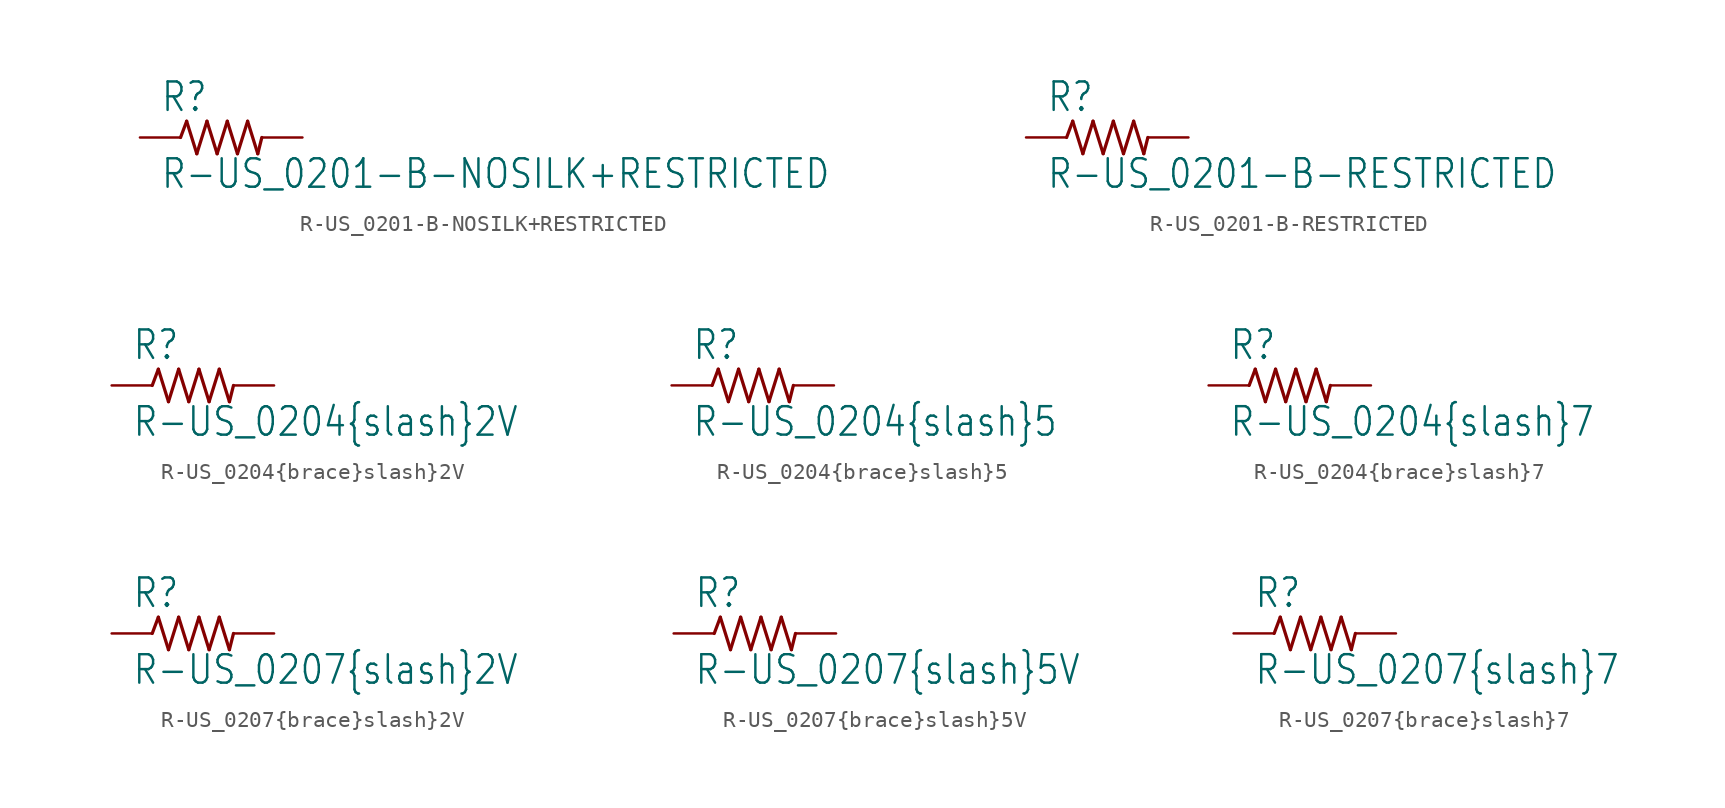
<source format=kicad_sym>
(kicad_symbol_lib
  (version 20210619)
  (generator kicad_symbol_editor)
  (symbol "R-US_0201-B-NOSILK+RESTRICTED"
    (property "Reference" "R"
      (at -3.81 1.499 0)
      (effects (font (size 1.778 1.511)) (justify left bottom)))
    (property "Value" "R-US_0201-B-NOSILK+RESTRICTED"
      (at -3.81 -3.302 0)
      (effects (font (size 1.778 1.511)) (justify left bottom)))
    (property "ki_locked" ""
      (at 0 0 0)
      (effects (font (size 1.27 1.27))))
    (symbol "R-US_0201-B-NOSILK+RESTRICTED_1_0"
      (polyline (pts (xy -2.54 0) (xy -2.159 1.016)) (stroke (width 0.203)) (fill (type none)))
      (polyline (pts (xy -2.159 1.016) (xy -1.524 -1.016)) (stroke (width 0.203)) (fill (type none)))
      (polyline (pts (xy -1.524 -1.016) (xy -0.889 1.016)) (stroke (width 0.203)) (fill (type none)))
      (polyline (pts (xy -0.889 1.016) (xy -0.254 -1.016)) (stroke (width 0.203)) (fill (type none)))
      (polyline (pts (xy -0.254 -1.016) (xy 0.381 1.016)) (stroke (width 0.203)) (fill (type none)))
      (polyline (pts (xy 0.381 1.016) (xy 1.016 -1.016)) (stroke (width 0.203)) (fill (type none)))
      (polyline (pts (xy 1.016 -1.016) (xy 1.651 1.016)) (stroke (width 0.203)) (fill (type none)))
      (polyline (pts (xy 1.651 1.016) (xy 2.286 -1.016)) (stroke (width 0.203)) (fill (type none)))
      (polyline (pts (xy 2.286 -1.016) (xy 2.54 0)) (stroke (width 0.203)) (fill (type none)))
      (pin passive line (at -5.08 0 0) (length 2.54) (name "1" (effects (font (size 0 0)))) (number "1" (effects (font (size 0 0)))))
      (pin passive line (at 5.08 0 180) (length 2.54) (name "2" (effects (font (size 0 0)))) (number "2" (effects (font (size 0 0)))))))
  (symbol "R-US_0201-B-RESTRICTED"
    (property "Reference" "R"
      (at -3.81 1.499 0)
      (effects (font (size 1.778 1.511)) (justify left bottom)))
    (property "Value" "R-US_0201-B-RESTRICTED"
      (at -3.81 -3.302 0)
      (effects (font (size 1.778 1.511)) (justify left bottom)))
    (property "ki_locked" ""
      (at 0 0 0)
      (effects (font (size 1.27 1.27))))
    (symbol "R-US_0201-B-RESTRICTED_1_0"
      (polyline (pts (xy -2.54 0) (xy -2.159 1.016)) (stroke (width 0.203)) (fill (type none)))
      (polyline (pts (xy -2.159 1.016) (xy -1.524 -1.016)) (stroke (width 0.203)) (fill (type none)))
      (polyline (pts (xy -1.524 -1.016) (xy -0.889 1.016)) (stroke (width 0.203)) (fill (type none)))
      (polyline (pts (xy -0.889 1.016) (xy -0.254 -1.016)) (stroke (width 0.203)) (fill (type none)))
      (polyline (pts (xy -0.254 -1.016) (xy 0.381 1.016)) (stroke (width 0.203)) (fill (type none)))
      (polyline (pts (xy 0.381 1.016) (xy 1.016 -1.016)) (stroke (width 0.203)) (fill (type none)))
      (polyline (pts (xy 1.016 -1.016) (xy 1.651 1.016)) (stroke (width 0.203)) (fill (type none)))
      (polyline (pts (xy 1.651 1.016) (xy 2.286 -1.016)) (stroke (width 0.203)) (fill (type none)))
      (polyline (pts (xy 2.286 -1.016) (xy 2.54 0)) (stroke (width 0.203)) (fill (type none)))
      (pin passive line (at -5.08 0 0) (length 2.54) (name "1" (effects (font (size 0 0)))) (number "1" (effects (font (size 0 0)))))
      (pin passive line (at 5.08 0 180) (length 2.54) (name "2" (effects (font (size 0 0)))) (number "2" (effects (font (size 0 0)))))))
  (symbol "R-US_0204{brace}slash}2V"
    (property "Reference" "R"
      (at -3.81 1.499 0)
      (effects (font (size 1.778 1.511)) (justify left bottom)))
    (property "Value" "R-US_0204{brace}slash}2V"
      (at -3.81 -3.302 0)
      (effects (font (size 1.778 1.511)) (justify left bottom)))
    (property "ki_locked" ""
      (at 0 0 0)
      (effects (font (size 1.27 1.27))))
    (symbol "R-US_0204{brace}slash}2V_1_0"
      (polyline (pts (xy -2.54 0) (xy -2.159 1.016)) (stroke (width 0.203)) (fill (type none)))
      (polyline (pts (xy -2.159 1.016) (xy -1.524 -1.016)) (stroke (width 0.203)) (fill (type none)))
      (polyline (pts (xy -1.524 -1.016) (xy -0.889 1.016)) (stroke (width 0.203)) (fill (type none)))
      (polyline (pts (xy -0.889 1.016) (xy -0.254 -1.016)) (stroke (width 0.203)) (fill (type none)))
      (polyline (pts (xy -0.254 -1.016) (xy 0.381 1.016)) (stroke (width 0.203)) (fill (type none)))
      (polyline (pts (xy 0.381 1.016) (xy 1.016 -1.016)) (stroke (width 0.203)) (fill (type none)))
      (polyline (pts (xy 1.016 -1.016) (xy 1.651 1.016)) (stroke (width 0.203)) (fill (type none)))
      (polyline (pts (xy 1.651 1.016) (xy 2.286 -1.016)) (stroke (width 0.203)) (fill (type none)))
      (polyline (pts (xy 2.286 -1.016) (xy 2.54 0)) (stroke (width 0.203)) (fill (type none)))
      (pin passive line (at -5.08 0 0) (length 2.54) (name "1" (effects (font (size 0 0)))) (number "1" (effects (font (size 0 0)))))
      (pin passive line (at 5.08 0 180) (length 2.54) (name "2" (effects (font (size 0 0)))) (number "2" (effects (font (size 0 0)))))))
  (symbol "R-US_0204{brace}slash}5"
    (property "Reference" "R"
      (at -3.81 1.499 0)
      (effects (font (size 1.778 1.511)) (justify left bottom)))
    (property "Value" "R-US_0204{brace}slash}5"
      (at -3.81 -3.302 0)
      (effects (font (size 1.778 1.511)) (justify left bottom)))
    (property "ki_locked" ""
      (at 0 0 0)
      (effects (font (size 1.27 1.27))))
    (symbol "R-US_0204{brace}slash}5_1_0"
      (polyline (pts (xy -2.54 0) (xy -2.159 1.016)) (stroke (width 0.203)) (fill (type none)))
      (polyline (pts (xy -2.159 1.016) (xy -1.524 -1.016)) (stroke (width 0.203)) (fill (type none)))
      (polyline (pts (xy -1.524 -1.016) (xy -0.889 1.016)) (stroke (width 0.203)) (fill (type none)))
      (polyline (pts (xy -0.889 1.016) (xy -0.254 -1.016)) (stroke (width 0.203)) (fill (type none)))
      (polyline (pts (xy -0.254 -1.016) (xy 0.381 1.016)) (stroke (width 0.203)) (fill (type none)))
      (polyline (pts (xy 0.381 1.016) (xy 1.016 -1.016)) (stroke (width 0.203)) (fill (type none)))
      (polyline (pts (xy 1.016 -1.016) (xy 1.651 1.016)) (stroke (width 0.203)) (fill (type none)))
      (polyline (pts (xy 1.651 1.016) (xy 2.286 -1.016)) (stroke (width 0.203)) (fill (type none)))
      (polyline (pts (xy 2.286 -1.016) (xy 2.54 0)) (stroke (width 0.203)) (fill (type none)))
      (pin passive line (at -5.08 0 0) (length 2.54) (name "1" (effects (font (size 0 0)))) (number "1" (effects (font (size 0 0)))))
      (pin passive line (at 5.08 0 180) (length 2.54) (name "2" (effects (font (size 0 0)))) (number "2" (effects (font (size 0 0)))))))
  (symbol "R-US_0204{brace}slash}7"
    (property "Reference" "R"
      (at -3.81 1.499 0)
      (effects (font (size 1.778 1.511)) (justify left bottom)))
    (property "Value" "R-US_0204{brace}slash}7"
      (at -3.81 -3.302 0)
      (effects (font (size 1.778 1.511)) (justify left bottom)))
    (property "ki_locked" ""
      (at 0 0 0)
      (effects (font (size 1.27 1.27))))
    (symbol "R-US_0204{brace}slash}7_1_0"
      (polyline (pts (xy -2.54 0) (xy -2.159 1.016)) (stroke (width 0.203)) (fill (type none)))
      (polyline (pts (xy -2.159 1.016) (xy -1.524 -1.016)) (stroke (width 0.203)) (fill (type none)))
      (polyline (pts (xy -1.524 -1.016) (xy -0.889 1.016)) (stroke (width 0.203)) (fill (type none)))
      (polyline (pts (xy -0.889 1.016) (xy -0.254 -1.016)) (stroke (width 0.203)) (fill (type none)))
      (polyline (pts (xy -0.254 -1.016) (xy 0.381 1.016)) (stroke (width 0.203)) (fill (type none)))
      (polyline (pts (xy 0.381 1.016) (xy 1.016 -1.016)) (stroke (width 0.203)) (fill (type none)))
      (polyline (pts (xy 1.016 -1.016) (xy 1.651 1.016)) (stroke (width 0.203)) (fill (type none)))
      (polyline (pts (xy 1.651 1.016) (xy 2.286 -1.016)) (stroke (width 0.203)) (fill (type none)))
      (polyline (pts (xy 2.286 -1.016) (xy 2.54 0)) (stroke (width 0.203)) (fill (type none)))
      (pin passive line (at -5.08 0 0) (length 2.54) (name "1" (effects (font (size 0 0)))) (number "1" (effects (font (size 0 0)))))
      (pin passive line (at 5.08 0 180) (length 2.54) (name "2" (effects (font (size 0 0)))) (number "2" (effects (font (size 0 0)))))))
  (symbol "R-US_0207{brace}slash}2V"
    (property "Reference" "R"
      (at -3.81 1.499 0)
      (effects (font (size 1.778 1.511)) (justify left bottom)))
    (property "Value" "R-US_0207{brace}slash}2V"
      (at -3.81 -3.302 0)
      (effects (font (size 1.778 1.511)) (justify left bottom)))
    (property "ki_locked" ""
      (at 0 0 0)
      (effects (font (size 1.27 1.27))))
    (symbol "R-US_0207{brace}slash}2V_1_0"
      (polyline (pts (xy -2.54 0) (xy -2.159 1.016)) (stroke (width 0.203)) (fill (type none)))
      (polyline (pts (xy -2.159 1.016) (xy -1.524 -1.016)) (stroke (width 0.203)) (fill (type none)))
      (polyline (pts (xy -1.524 -1.016) (xy -0.889 1.016)) (stroke (width 0.203)) (fill (type none)))
      (polyline (pts (xy -0.889 1.016) (xy -0.254 -1.016)) (stroke (width 0.203)) (fill (type none)))
      (polyline (pts (xy -0.254 -1.016) (xy 0.381 1.016)) (stroke (width 0.203)) (fill (type none)))
      (polyline (pts (xy 0.381 1.016) (xy 1.016 -1.016)) (stroke (width 0.203)) (fill (type none)))
      (polyline (pts (xy 1.016 -1.016) (xy 1.651 1.016)) (stroke (width 0.203)) (fill (type none)))
      (polyline (pts (xy 1.651 1.016) (xy 2.286 -1.016)) (stroke (width 0.203)) (fill (type none)))
      (polyline (pts (xy 2.286 -1.016) (xy 2.54 0)) (stroke (width 0.203)) (fill (type none)))
      (pin passive line (at -5.08 0 0) (length 2.54) (name "1" (effects (font (size 0 0)))) (number "1" (effects (font (size 0 0)))))
      (pin passive line (at 5.08 0 180) (length 2.54) (name "2" (effects (font (size 0 0)))) (number "2" (effects (font (size 0 0)))))))
  (symbol "R-US_0207{brace}slash}5V"
    (property "Reference" "R"
      (at -3.81 1.499 0)
      (effects (font (size 1.778 1.511)) (justify left bottom)))
    (property "Value" "R-US_0207{brace}slash}5V"
      (at -3.81 -3.302 0)
      (effects (font (size 1.778 1.511)) (justify left bottom)))
    (property "ki_locked" ""
      (at 0 0 0)
      (effects (font (size 1.27 1.27))))
    (symbol "R-US_0207{brace}slash}5V_1_0"
      (polyline (pts (xy -2.54 0) (xy -2.159 1.016)) (stroke (width 0.203)) (fill (type none)))
      (polyline (pts (xy -2.159 1.016) (xy -1.524 -1.016)) (stroke (width 0.203)) (fill (type none)))
      (polyline (pts (xy -1.524 -1.016) (xy -0.889 1.016)) (stroke (width 0.203)) (fill (type none)))
      (polyline (pts (xy -0.889 1.016) (xy -0.254 -1.016)) (stroke (width 0.203)) (fill (type none)))
      (polyline (pts (xy -0.254 -1.016) (xy 0.381 1.016)) (stroke (width 0.203)) (fill (type none)))
      (polyline (pts (xy 0.381 1.016) (xy 1.016 -1.016)) (stroke (width 0.203)) (fill (type none)))
      (polyline (pts (xy 1.016 -1.016) (xy 1.651 1.016)) (stroke (width 0.203)) (fill (type none)))
      (polyline (pts (xy 1.651 1.016) (xy 2.286 -1.016)) (stroke (width 0.203)) (fill (type none)))
      (polyline (pts (xy 2.286 -1.016) (xy 2.54 0)) (stroke (width 0.203)) (fill (type none)))
      (pin passive line (at -5.08 0 0) (length 2.54) (name "1" (effects (font (size 0 0)))) (number "1" (effects (font (size 0 0)))))
      (pin passive line (at 5.08 0 180) (length 2.54) (name "2" (effects (font (size 0 0)))) (number "2" (effects (font (size 0 0)))))))
  (symbol "R-US_0207{brace}slash}7"
    (property "Reference" "R"
      (at -3.81 1.499 0)
      (effects (font (size 1.778 1.511)) (justify left bottom)))
    (property "Value" "R-US_0207{brace}slash}7"
      (at -3.81 -3.302 0)
      (effects (font (size 1.778 1.511)) (justify left bottom)))
    (property "ki_locked" ""
      (at 0 0 0)
      (effects (font (size 1.27 1.27))))
    (symbol "R-US_0207{brace}slash}7_1_0"
      (polyline (pts (xy -2.54 0) (xy -2.159 1.016)) (stroke (width 0.203)) (fill (type none)))
      (polyline (pts (xy -2.159 1.016) (xy -1.524 -1.016)) (stroke (width 0.203)) (fill (type none)))
      (polyline (pts (xy -1.524 -1.016) (xy -0.889 1.016)) (stroke (width 0.203)) (fill (type none)))
      (polyline (pts (xy -0.889 1.016) (xy -0.254 -1.016)) (stroke (width 0.203)) (fill (type none)))
      (polyline (pts (xy -0.254 -1.016) (xy 0.381 1.016)) (stroke (width 0.203)) (fill (type none)))
      (polyline (pts (xy 0.381 1.016) (xy 1.016 -1.016)) (stroke (width 0.203)) (fill (type none)))
      (polyline (pts (xy 1.016 -1.016) (xy 1.651 1.016)) (stroke (width 0.203)) (fill (type none)))
      (polyline (pts (xy 1.651 1.016) (xy 2.286 -1.016)) (stroke (width 0.203)) (fill (type none)))
      (polyline (pts (xy 2.286 -1.016) (xy 2.54 0)) (stroke (width 0.203)) (fill (type none)))
      (pin passive line (at -5.08 0 0) (length 2.54) (name "1" (effects (font (size 0 0)))) (number "1" (effects (font (size 0 0)))))
      (pin passive line (at 5.08 0 180) (length 2.54) (name "2" (effects (font (size 0 0)))) (number "2" (effects (font (size 0 0))))))))
</source>
